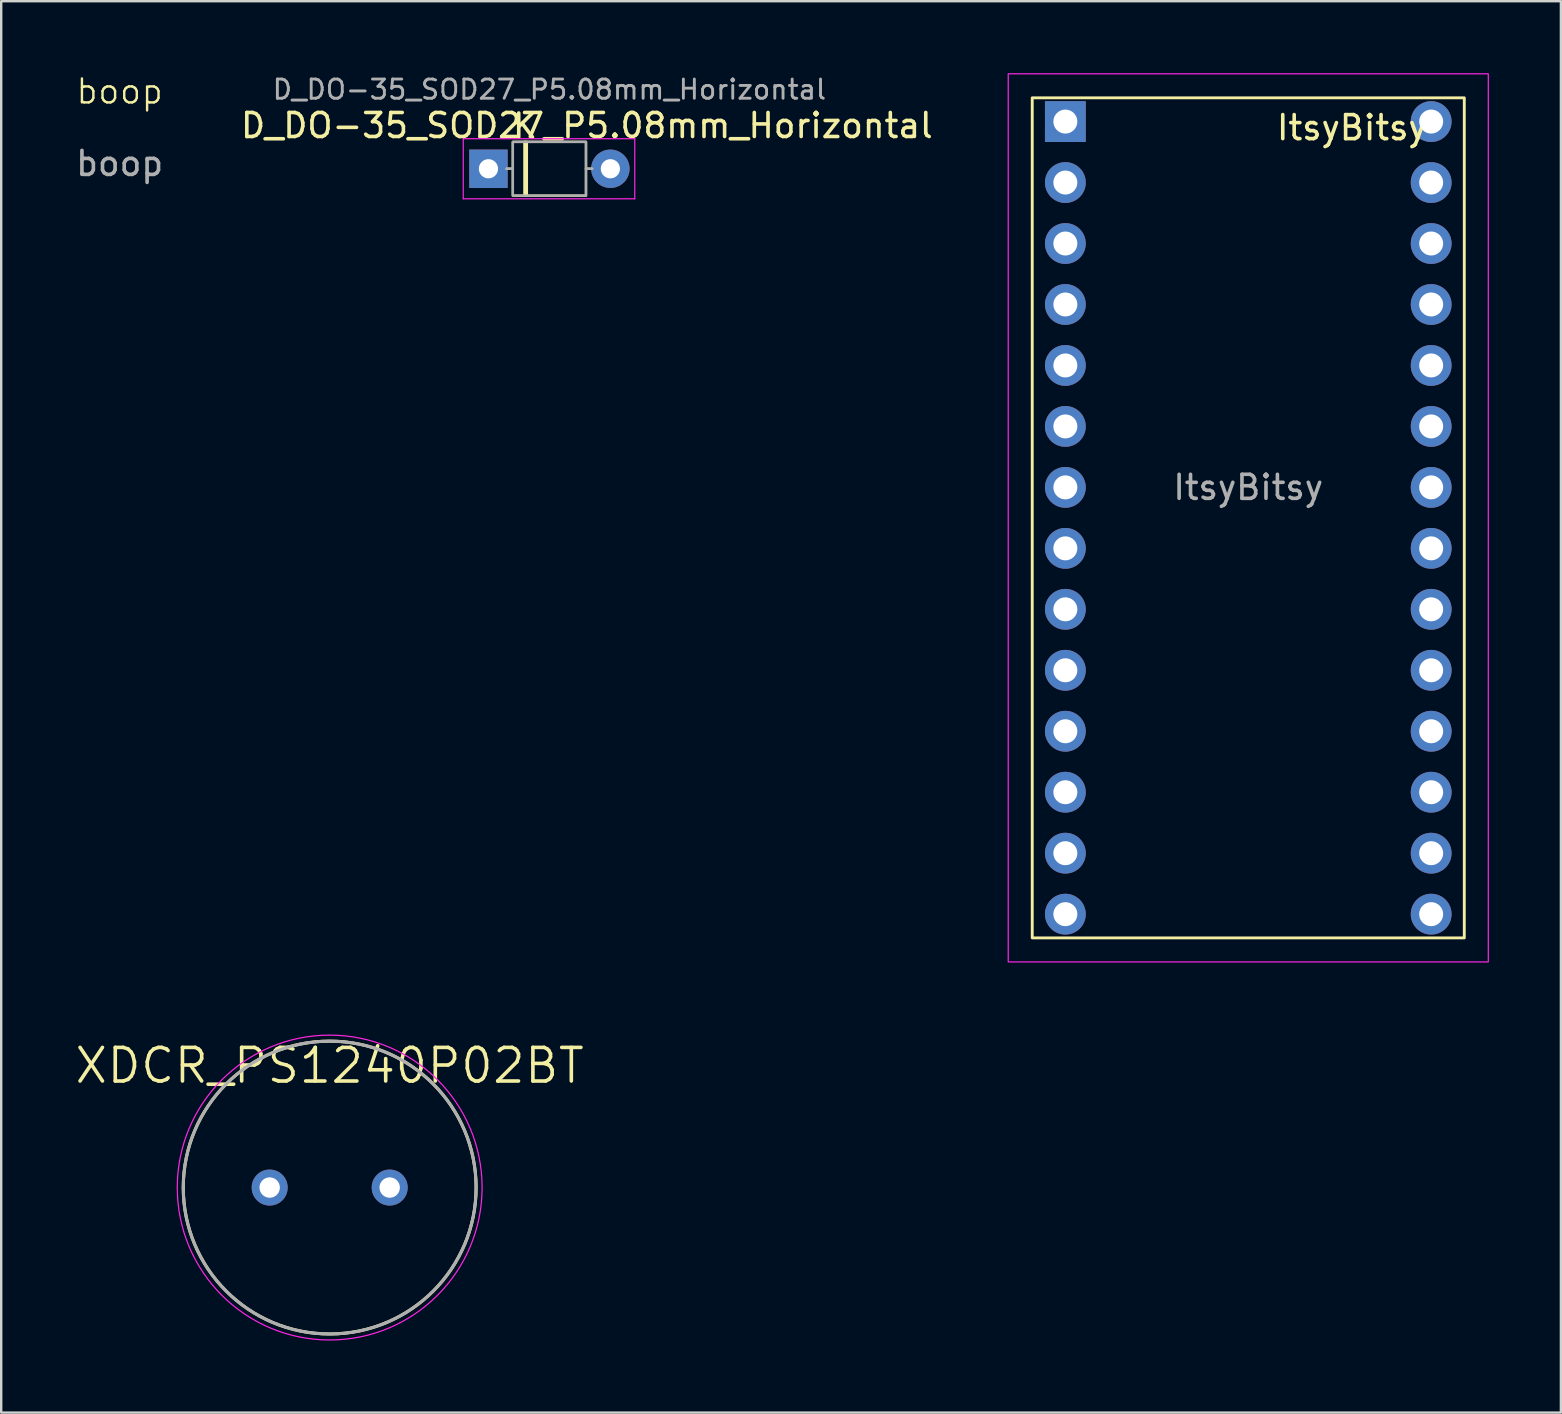
<source format=kicad_pcb>
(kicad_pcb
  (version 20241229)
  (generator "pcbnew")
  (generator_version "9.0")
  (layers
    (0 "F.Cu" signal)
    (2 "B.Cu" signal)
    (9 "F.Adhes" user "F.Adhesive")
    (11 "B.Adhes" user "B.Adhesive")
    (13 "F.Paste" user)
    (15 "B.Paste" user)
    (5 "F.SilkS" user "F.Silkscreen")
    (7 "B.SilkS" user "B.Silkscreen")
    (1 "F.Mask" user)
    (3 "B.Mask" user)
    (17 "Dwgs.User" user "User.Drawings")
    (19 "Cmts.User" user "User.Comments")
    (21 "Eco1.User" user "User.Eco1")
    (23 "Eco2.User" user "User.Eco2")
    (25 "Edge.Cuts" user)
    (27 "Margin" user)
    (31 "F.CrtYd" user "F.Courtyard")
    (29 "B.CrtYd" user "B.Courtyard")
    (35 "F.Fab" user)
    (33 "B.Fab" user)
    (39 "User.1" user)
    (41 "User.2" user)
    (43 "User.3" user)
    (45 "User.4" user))
  (footprint "D_DO-35_SOD27_P5.08mm_Horizontal"
    (layer "F.Cu")
    (at 17.299 3.981)
    (property "Reference" "D_DO-35_SOD27_P5.08mm_Horizontal" (at 4.1 -1.8 0) (layer "F.SilkS") (effects (font (size 1 1) (thickness 0.15))))
    (attr through_hole)
    (fp_line (start 1.016 0) (end 0.762 0) (stroke (width 0.1) (type default)) (layer "F.SilkS"))
    (fp_line (start 4.064 0) (end 4.318 0) (stroke (width 0.1) (type default)) (layer "F.SilkS"))
    (fp_rect (start 1.016 -1.12) (end 4.064 1.12) (stroke (width 0.1) (type default)) (fill no) (layer "F.SilkS"))
    (fp_rect (start 1.5 -1.12) (end 1.6 1.12) (stroke (width 0.1) (type default)) (fill no) (layer "F.SilkS"))
    (fp_line (start -1.05 -1.25) (end -1.05 1.25) (stroke (width 0.05) (type solid)) (layer "F.CrtYd"))
    (fp_line (start -1.05 1.25) (end 6.096 1.25) (stroke (width 0.05) (type solid)) (layer "F.CrtYd"))
    (fp_line (start 6.096 -1.25) (end -1.05 -1.25) (stroke (width 0.05) (type solid)) (layer "F.CrtYd"))
    (fp_line (start 6.096 1.25) (end 6.096 -1.25) (stroke (width 0.05) (type solid)) (layer "F.CrtYd"))
    (fp_line (start 1.016 0) (end 0.762 0) (stroke (width 0.1) (type default)) (layer "F.Fab"))
    (fp_line (start 4.064 0) (end 4.318 0) (stroke (width 0.1) (type default)) (layer "F.Fab"))
    (fp_rect (start 1.016 -1.12) (end 4.064 1.12) (stroke (width 0.1) (type default)) (fill no) (layer "F.Fab"))
    (fp_text user "K" (at 1.524 -1.778 0) (layer "F.SilkS") (effects (font (size 1 1) (thickness 0.15))))
    (fp_text user "${REFERENCE}" (at 2.54 -3.302 0) (layer "F.Fab") (effects (font (size 0.8 0.8) (thickness 0.12))))
    (pad "1" thru_hole rect (at 0 0) (size 1.6 1.6) (drill 0.8) (layers "*.Cu" "*.Mask"))
    (pad "2" thru_hole oval (at 5.08 0) (size 1.6 1.6) (drill 0.8) (layers "*.Cu" "*.Mask")))
  (footprint "ItsyBitsy"
    (layer "F.Cu")
    (at 48.954 18.525)
    (property "Reference" "ItsyBitsy" (at 4.318 -16.256 0) (unlocked yes) (layer "F.SilkS") (effects (font (size 1 1) (thickness 0.15))))
    (attr through_hole)
    (fp_rect (start -9 -17.5) (end 9 17.5) (stroke (width 0.12) (type solid)) (fill no) (layer "F.SilkS"))
    (fp_rect (start -10 -18.5) (end 10 18.5) (stroke (width 0.05) (type solid)) (fill no) (layer "F.CrtYd"))
    (fp_text user "${REFERENCE}" (at 0 -1.27 0) (unlocked yes) (layer "F.Fab") (effects (font (size 1 1) (thickness 0.15))))
    (pad "1" thru_hole rect (at -7.62 -16.51) (size 1.7 1.7) (drill 1) (layers "*.Cu" "*.Mask"))
    (pad "2" thru_hole circle (at -7.62 -13.97) (size 1.7 1.7) (drill 1) (layers "*.Cu" "*.Mask"))
    (pad "3" thru_hole circle (at -7.62 -11.43) (size 1.7 1.7) (drill 1) (layers "*.Cu" "*.Mask"))
    (pad "4" thru_hole circle (at -7.62 -8.89) (size 1.7 1.7) (drill 1) (layers "*.Cu" "*.Mask"))
    (pad "5" thru_hole circle (at -7.62 -6.35) (size 1.7 1.7) (drill 1) (layers "*.Cu" "*.Mask"))
    (pad "6" thru_hole circle (at -7.62 -3.81) (size 1.7 1.7) (drill 1) (layers "*.Cu" "*.Mask"))
    (pad "7" thru_hole circle (at -7.62 -1.27) (size 1.7 1.7) (drill 1) (layers "*.Cu" "*.Mask"))
    (pad "8" thru_hole circle (at -7.62 1.27) (size 1.7 1.7) (drill 1) (layers "*.Cu" "*.Mask"))
    (pad "9" thru_hole circle (at -7.62 3.81) (size 1.7 1.7) (drill 1) (layers "*.Cu" "*.Mask"))
    (pad "10" thru_hole circle (at -7.62 6.35) (size 1.7 1.7) (drill 1) (layers "*.Cu" "*.Mask"))
    (pad "11" thru_hole circle (at -7.62 8.89) (size 1.7 1.7) (drill 1) (layers "*.Cu" "*.Mask"))
    (pad "12" thru_hole circle (at -7.62 11.43) (size 1.7 1.7) (drill 1) (layers "*.Cu" "*.Mask"))
    (pad "13" thru_hole circle (at -7.62 13.97) (size 1.7 1.7) (drill 1) (layers "*.Cu" "*.Mask"))
    (pad "14" thru_hole circle (at -7.62 16.51) (size 1.7 1.7) (drill 1) (layers "*.Cu" "*.Mask"))
    (pad "15" thru_hole circle (at 7.62 16.51) (size 1.7 1.7) (drill 1) (layers "*.Cu" "*.Mask"))
    (pad "16" thru_hole circle (at 7.62 13.97) (size 1.7 1.7) (drill 1) (layers "*.Cu" "*.Mask"))
    (pad "17" thru_hole circle (at 7.62 11.43) (size 1.7 1.7) (drill 1) (layers "*.Cu" "*.Mask"))
    (pad "18" thru_hole circle (at 7.62 8.89) (size 1.7 1.7) (drill 1) (layers "*.Cu" "*.Mask"))
    (pad "19" thru_hole circle (at 7.62 6.35) (size 1.7 1.7) (drill 1) (layers "*.Cu" "*.Mask"))
    (pad "20" thru_hole circle (at 7.62 3.81) (size 1.7 1.7) (drill 1) (layers "*.Cu" "*.Mask"))
    (pad "21" thru_hole circle (at 7.62 1.27) (size 1.7 1.7) (drill 1) (layers "*.Cu" "*.Mask"))
    (pad "22" thru_hole circle (at 7.62 -1.27) (size 1.7 1.7) (drill 1) (layers "*.Cu" "*.Mask"))
    (pad "23" thru_hole circle (at 7.62 -3.81) (size 1.7 1.7) (drill 1) (layers "*.Cu" "*.Mask"))
    (pad "24" thru_hole circle (at 7.62 -6.35) (size 1.7 1.7) (drill 1) (layers "*.Cu" "*.Mask"))
    (pad "25" thru_hole circle (at 7.62 -8.89) (size 1.7 1.7) (drill 1) (layers "*.Cu" "*.Mask"))
    (pad "26" thru_hole circle (at 7.62 -11.43) (size 1.7 1.7) (drill 1) (layers "*.Cu" "*.Mask"))
    (pad "27" thru_hole circle (at 7.62 -13.97) (size 1.7 1.7) (drill 1) (layers "*.Cu" "*.Mask"))
    (pad "28" thru_hole circle (at 7.62 -16.51) (size 1.7 1.7) (drill 1) (layers "*.Cu" "*.Mask")))
  (footprint "XDCR_PS1240P02BT"
    (layer "F.Cu")
    (at 10.685 46.425)
    (property "Reference" "XDCR_PS1240P02BT" (at 0 -5.08 0) (layer "F.SilkS") (effects (font (size 1.4 1.4) (thickness 0.15))))
    (attr through_hole)
    (fp_circle (center 0 0) (end 6.1 0) (stroke (width 0.127) (type solid)) (fill no) (layer "F.SilkS"))
    (fp_circle (center 0 0) (end 6.35 0) (stroke (width 0.05) (type solid)) (fill no) (layer "F.CrtYd"))
    (fp_circle (center 0 0) (end 6.1 0) (stroke (width 0.127) (type solid)) (fill no) (layer "F.Fab"))
    (pad "1" thru_hole circle (at -2.5 0) (size 1.5 1.5) (drill 0.85) (layers "*.Cu" "*.Mask"))
    (pad "2" thru_hole circle (at 2.5 0) (size 1.5 1.5) (drill 0.85) (layers "*.Cu" "*.Mask")))
  (footprint "boop"
    (layer "F.Cu")
    (at 1.935 1.26)
    (property "Reference" "boop" (at 0 -0.5 0) (unlocked yes) (layer "F.SilkS") (effects (font (size 1 1) (thickness 0.1))))
    (attr through_hole)
    (fp_text user "${REFERENCE}" (at 0 2.5 0) (unlocked yes) (layer "F.Fab") (effects (font (size 1 1) (thickness 0.15)))))
  (gr_rect
    (start -3 -3)
    (end 61.979 55.8)
    (stroke (width 0.1) (type default))
    (fill no)
    (layer "Edge.Cuts")))
</source>
